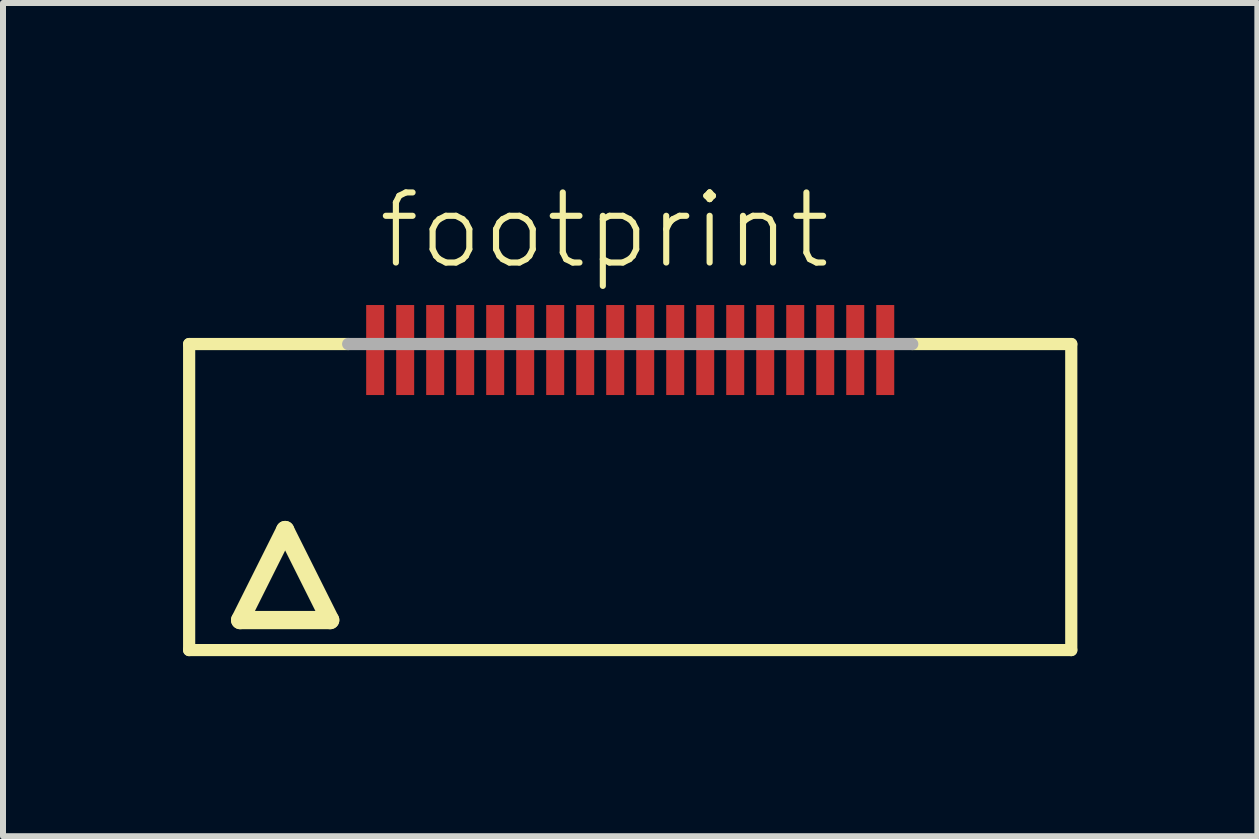
<source format=kicad_pcb>
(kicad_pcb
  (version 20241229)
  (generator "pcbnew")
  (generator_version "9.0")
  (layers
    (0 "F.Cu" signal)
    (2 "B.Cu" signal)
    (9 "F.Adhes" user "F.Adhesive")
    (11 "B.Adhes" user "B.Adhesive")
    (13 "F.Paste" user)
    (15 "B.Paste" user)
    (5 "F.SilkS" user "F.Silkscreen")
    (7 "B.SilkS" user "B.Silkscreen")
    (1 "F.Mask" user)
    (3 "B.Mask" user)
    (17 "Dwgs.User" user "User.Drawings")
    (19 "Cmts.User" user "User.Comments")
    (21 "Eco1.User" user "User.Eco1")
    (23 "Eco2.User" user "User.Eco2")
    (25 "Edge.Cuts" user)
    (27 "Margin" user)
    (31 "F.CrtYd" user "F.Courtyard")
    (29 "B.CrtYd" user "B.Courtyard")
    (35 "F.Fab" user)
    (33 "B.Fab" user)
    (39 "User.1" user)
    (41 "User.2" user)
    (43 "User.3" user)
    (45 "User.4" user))
  (footprint "footprint"
    (layer "F.Cu")
    (at 7.452 5.283)
    (property "Reference" "footprint" (at -4.25 -3.81 0) (layer "F.SilkS") (effects (font (size 1.168 1.168) (thickness 0.102)) (justify left bottom)))
    (fp_line (start -7.35 -2.6) (end -4.7 -2.6) (stroke (width 0.203) (type solid)) (layer "F.SilkS"))
    (fp_line (start -7.35 2.5) (end -7.35 -2.6) (stroke (width 0.203) (type solid)) (layer "F.SilkS"))
    (fp_line (start -6.5 2) (end -5 2) (stroke (width 0.305) (type solid)) (layer "F.SilkS"))
    (fp_line (start -5.75 0.5) (end -6.5 2) (stroke (width 0.305) (type solid)) (layer "F.SilkS"))
    (fp_line (start -5 2) (end -5.75 0.5) (stroke (width 0.305) (type solid)) (layer "F.SilkS"))
    (fp_line (start 4.7 -2.6) (end 7.35 -2.6) (stroke (width 0.203) (type solid)) (layer "F.SilkS"))
    (fp_line (start 7.35 -2.6) (end 7.35 2.5) (stroke (width 0.203) (type solid)) (layer "F.SilkS"))
    (fp_line (start 7.35 2.5) (end -7.35 2.5) (stroke (width 0.203) (type solid)) (layer "F.SilkS"))
    (fp_line (start -4.7 -2.6) (end 4.7 -2.6) (stroke (width 0.203) (type solid)) (layer "F.Fab"))
    (pad "1" smd rect (at -4.25 -2.5) (size 0.3 1.5) (layers "F.Cu" "F.Mask" "F.Paste"))
    (pad "2" smd rect (at -3.75 -2.5) (size 0.3 1.5) (layers "F.Cu" "F.Mask" "F.Paste"))
    (pad "3" smd rect (at -3.25 -2.5) (size 0.3 1.5) (layers "F.Cu" "F.Mask" "F.Paste"))
    (pad "4" smd rect (at -2.75 -2.5) (size 0.3 1.5) (layers "F.Cu" "F.Mask" "F.Paste"))
    (pad "5" smd rect (at -2.25 -2.5) (size 0.3 1.5) (layers "F.Cu" "F.Mask" "F.Paste"))
    (pad "6" smd rect (at -1.75 -2.5) (size 0.3 1.5) (layers "F.Cu" "F.Mask" "F.Paste"))
    (pad "7" smd rect (at -1.25 -2.5) (size 0.3 1.5) (layers "F.Cu" "F.Mask" "F.Paste"))
    (pad "8" smd rect (at -0.75 -2.5) (size 0.3 1.5) (layers "F.Cu" "F.Mask" "F.Paste"))
    (pad "9" smd rect (at -0.25 -2.5) (size 0.3 1.5) (layers "F.Cu" "F.Mask" "F.Paste"))
    (pad "10" smd rect (at 0.25 -2.5) (size 0.3 1.5) (layers "F.Cu" "F.Mask" "F.Paste"))
    (pad "11" smd rect (at 0.75 -2.5) (size 0.3 1.5) (layers "F.Cu" "F.Mask" "F.Paste"))
    (pad "12" smd rect (at 1.25 -2.5) (size 0.3 1.5) (layers "F.Cu" "F.Mask" "F.Paste"))
    (pad "13" smd rect (at 1.75 -2.5) (size 0.3 1.5) (layers "F.Cu" "F.Mask" "F.Paste"))
    (pad "14" smd rect (at 2.25 -2.5) (size 0.3 1.5) (layers "F.Cu" "F.Mask" "F.Paste"))
    (pad "15" smd rect (at 2.75 -2.5) (size 0.3 1.5) (layers "F.Cu" "F.Mask" "F.Paste"))
    (pad "16" smd rect (at 3.25 -2.5) (size 0.3 1.5) (layers "F.Cu" "F.Mask" "F.Paste"))
    (pad "17" smd rect (at 3.75 -2.5) (size 0.3 1.5) (layers "F.Cu" "F.Mask" "F.Paste"))
    (pad "18" smd rect (at 4.25 -2.5) (size 0.3 1.5) (layers "F.Cu" "F.Mask" "F.Paste")))
  (gr_rect
    (start -3 -3)
    (end 17.903 10.885)
    (stroke (width 0.1) (type default))
    (fill no)
    (layer "Edge.Cuts")))
</source>
